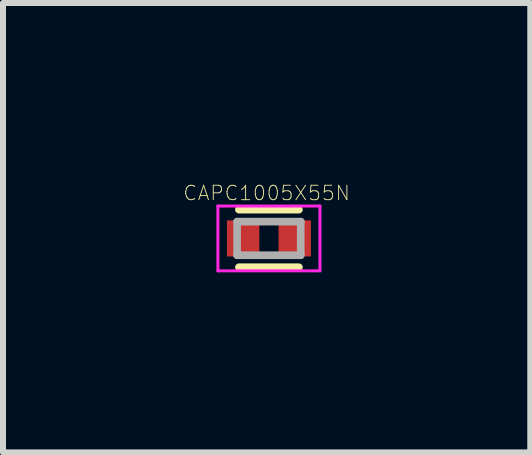
<source format=kicad_pcb>
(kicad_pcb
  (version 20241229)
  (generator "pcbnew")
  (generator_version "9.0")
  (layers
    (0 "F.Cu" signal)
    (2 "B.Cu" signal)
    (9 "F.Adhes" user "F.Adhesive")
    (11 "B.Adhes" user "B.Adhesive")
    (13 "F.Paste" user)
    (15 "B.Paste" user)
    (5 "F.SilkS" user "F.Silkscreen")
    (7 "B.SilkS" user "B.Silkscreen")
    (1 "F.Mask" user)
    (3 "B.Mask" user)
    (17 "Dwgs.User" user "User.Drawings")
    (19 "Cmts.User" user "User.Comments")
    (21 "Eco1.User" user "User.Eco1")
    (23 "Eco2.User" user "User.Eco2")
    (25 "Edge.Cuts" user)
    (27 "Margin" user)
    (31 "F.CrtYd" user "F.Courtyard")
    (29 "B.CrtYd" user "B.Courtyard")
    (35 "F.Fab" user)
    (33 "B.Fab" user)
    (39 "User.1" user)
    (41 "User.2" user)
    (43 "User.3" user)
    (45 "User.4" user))
  (footprint "CAPC1005X55N"
    (layer "F.Cu")
    (at 1.431 0.923)
    (property "Reference" "CAPC1005X55N" (at -0.038 -0.756 0) (layer "F.SilkS") (effects (font (size 0.241 0.241) (thickness 0.015))))
    (attr through_hole)
    (fp_line (start -0.5 0.48) (end 0.5 0.48) (stroke (width 0.127) (type solid)) (layer "F.SilkS"))
    (fp_line (start 0.5 -0.48) (end -0.5 -0.48) (stroke (width 0.127) (type solid)) (layer "F.SilkS"))
    (fp_line (start -0.85 -0.54) (end -0.85 0.54) (stroke (width 0.05) (type solid)) (layer "F.CrtYd"))
    (fp_line (start -0.85 0.54) (end 0.85 0.54) (stroke (width 0.05) (type solid)) (layer "F.CrtYd"))
    (fp_line (start 0.85 -0.54) (end -0.85 -0.54) (stroke (width 0.05) (type solid)) (layer "F.CrtYd"))
    (fp_line (start 0.85 0.54) (end 0.85 -0.54) (stroke (width 0.05) (type solid)) (layer "F.CrtYd"))
    (fp_line (start -0.53 -0.28) (end -0.53 0.28) (stroke (width 0.127) (type solid)) (layer "F.Fab"))
    (fp_line (start -0.53 0.28) (end 0.53 0.28) (stroke (width 0.127) (type solid)) (layer "F.Fab"))
    (fp_line (start 0.53 -0.28) (end -0.53 -0.28) (stroke (width 0.127) (type solid)) (layer "F.Fab"))
    (fp_line (start 0.53 0.28) (end 0.53 -0.28) (stroke (width 0.127) (type solid)) (layer "F.Fab"))
    (pad "1" smd rect (at -0.43 0) (size 0.54 0.6) (layers "F.Cu" "F.Mask" "F.Paste"))
    (pad "2" smd rect (at 0.43 0) (size 0.54 0.6) (layers "F.Cu" "F.Mask" "F.Paste")))
  (gr_rect
    (start -3 -3)
    (end 5.786 4.488)
    (stroke (width 0.1) (type default))
    (fill no)
    (layer "Edge.Cuts")))
</source>
